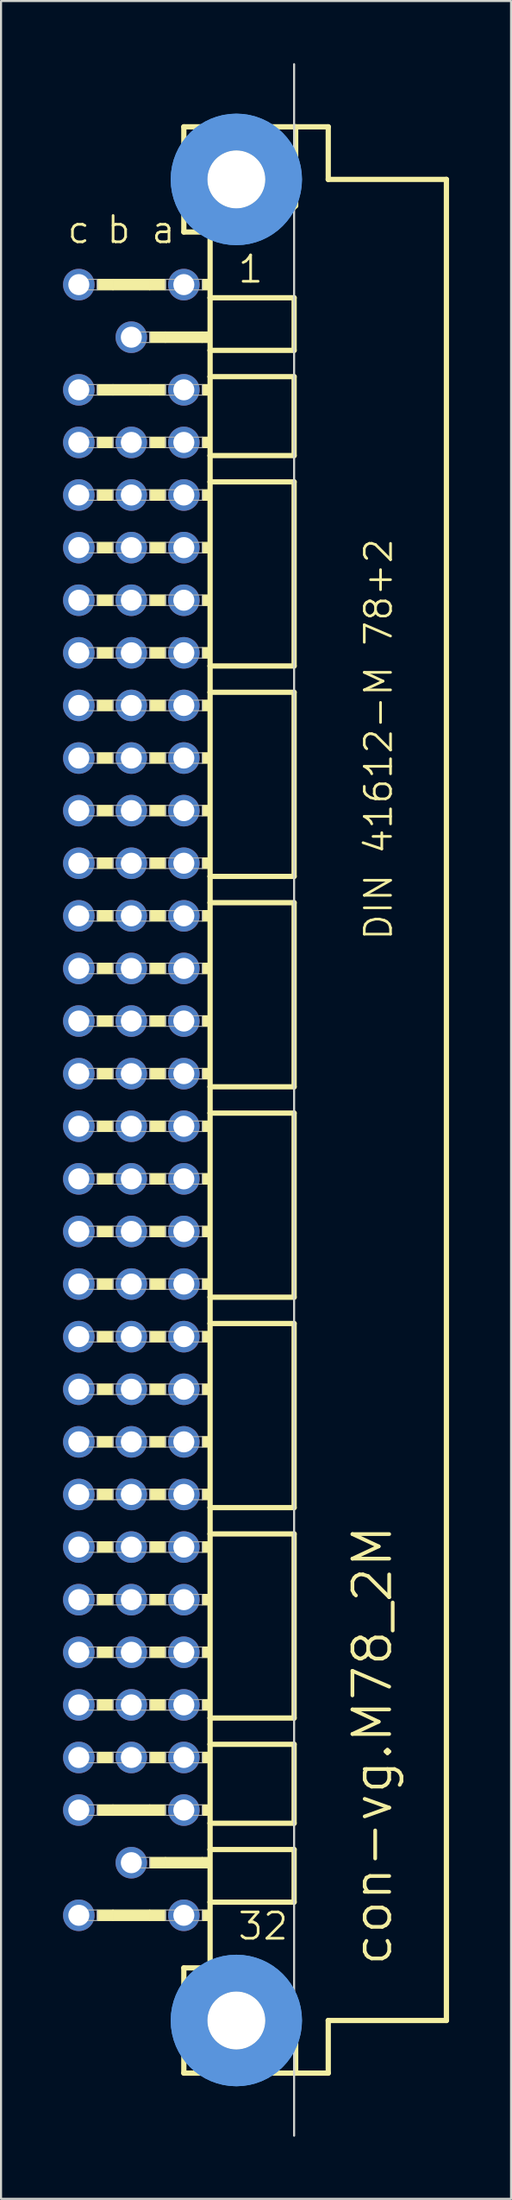
<source format=kicad_pcb>
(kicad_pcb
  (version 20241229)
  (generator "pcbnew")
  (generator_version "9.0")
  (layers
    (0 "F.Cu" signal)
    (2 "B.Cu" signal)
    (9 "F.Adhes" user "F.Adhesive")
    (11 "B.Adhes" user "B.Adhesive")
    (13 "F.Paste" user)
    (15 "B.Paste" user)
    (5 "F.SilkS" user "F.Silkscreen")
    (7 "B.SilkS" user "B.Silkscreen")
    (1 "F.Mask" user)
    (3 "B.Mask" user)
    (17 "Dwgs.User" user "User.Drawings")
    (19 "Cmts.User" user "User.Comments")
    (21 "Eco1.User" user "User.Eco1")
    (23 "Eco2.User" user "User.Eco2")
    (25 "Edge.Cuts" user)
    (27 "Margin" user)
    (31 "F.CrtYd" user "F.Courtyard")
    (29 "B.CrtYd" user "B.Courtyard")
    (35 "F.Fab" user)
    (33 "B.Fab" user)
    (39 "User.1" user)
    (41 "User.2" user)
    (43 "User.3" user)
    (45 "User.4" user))
  (footprint "con-vg.M78_2M"
    (layer "F.Cu")
    (at 8.382 50.063)
    (property "Reference" "con-vg.M78_2M" (at 7.62 41.91 90) (layer "F.SilkS") (effects (font (size 1.778 1.778) (thickness 0.18)) (justify left bottom)))
    (attr through_hole)
    (fp_line (start -2.54 -46.99) (end -2.54 -41.91) (stroke (width 0.254) (type default)) (layer "F.SilkS"))
    (fp_line (start -2.54 -41.91) (end -1.27 -41.91) (stroke (width 0.254) (type default)) (layer "F.SilkS"))
    (fp_line (start -2.54 41.91) (end -2.54 46.99) (stroke (width 0.254) (type default)) (layer "F.SilkS"))
    (fp_line (start -2.54 41.91) (end -1.27 41.91) (stroke (width 0.254) (type default)) (layer "F.SilkS"))
    (fp_line (start -2.54 46.99) (end 2.87 46.99) (stroke (width 0.254) (type default)) (layer "F.SilkS"))
    (fp_line (start -1.27 -41.91) (end -1.27 -38.735) (stroke (width 0.254) (type default)) (layer "F.SilkS"))
    (fp_line (start -1.27 -41.91) (end 1.6 -41.91) (stroke (width 0.254) (type default)) (layer "F.SilkS"))
    (fp_line (start -1.27 -38.735) (end -1.27 -36.195) (stroke (width 0.254) (type default)) (layer "F.SilkS"))
    (fp_line (start -1.27 -36.195) (end -1.27 -34.925) (stroke (width 0.254) (type default)) (layer "F.SilkS"))
    (fp_line (start -1.27 -34.925) (end -1.27 -31.115) (stroke (width 0.254) (type default)) (layer "F.SilkS"))
    (fp_line (start -1.27 -31.115) (end -1.27 -29.845) (stroke (width 0.254) (type default)) (layer "F.SilkS"))
    (fp_line (start -1.27 -29.845) (end -1.27 -20.955) (stroke (width 0.254) (type default)) (layer "F.SilkS"))
    (fp_line (start -1.27 -20.955) (end -1.27 -19.685) (stroke (width 0.254) (type default)) (layer "F.SilkS"))
    (fp_line (start -1.27 -19.685) (end -1.27 -10.795) (stroke (width 0.254) (type default)) (layer "F.SilkS"))
    (fp_line (start -1.27 -10.795) (end -1.27 -9.525) (stroke (width 0.254) (type default)) (layer "F.SilkS"))
    (fp_line (start -1.27 -9.525) (end -1.27 -0.635) (stroke (width 0.254) (type default)) (layer "F.SilkS"))
    (fp_line (start -1.27 -0.635) (end -1.27 0.635) (stroke (width 0.254) (type default)) (layer "F.SilkS"))
    (fp_line (start -1.27 0.635) (end -1.27 9.525) (stroke (width 0.254) (type default)) (layer "F.SilkS"))
    (fp_line (start -1.27 9.525) (end -1.27 10.795) (stroke (width 0.254) (type default)) (layer "F.SilkS"))
    (fp_line (start -1.27 10.795) (end -1.27 19.685) (stroke (width 0.254) (type default)) (layer "F.SilkS"))
    (fp_line (start -1.27 19.685) (end -1.27 20.955) (stroke (width 0.254) (type default)) (layer "F.SilkS"))
    (fp_line (start -1.27 20.955) (end -1.27 29.845) (stroke (width 0.254) (type default)) (layer "F.SilkS"))
    (fp_line (start -1.27 29.845) (end -1.27 31.115) (stroke (width 0.254) (type default)) (layer "F.SilkS"))
    (fp_line (start -1.27 31.115) (end -1.27 34.925) (stroke (width 0.254) (type default)) (layer "F.SilkS"))
    (fp_line (start -1.27 34.925) (end -1.27 36.195) (stroke (width 0.254) (type default)) (layer "F.SilkS"))
    (fp_line (start -1.27 36.195) (end -1.27 38.735) (stroke (width 0.254) (type default)) (layer "F.SilkS"))
    (fp_line (start -1.27 38.735) (end -1.27 41.91) (stroke (width 0.254) (type default)) (layer "F.SilkS"))
    (fp_line (start -1.27 41.91) (end 1.27 41.91) (stroke (width 0.254) (type default)) (layer "F.SilkS"))
    (fp_line (start 1.6 -41.91) (end 2.87 -43.18) (stroke (width 0.254) (type default)) (layer "F.SilkS"))
    (fp_line (start 2.794 -38.735) (end -1.27 -38.735) (stroke (width 0.254) (type default)) (layer "F.SilkS"))
    (fp_line (start 2.794 -38.735) (end 2.794 -36.195) (stroke (width 0.254) (type default)) (layer "F.SilkS"))
    (fp_line (start 2.794 -36.195) (end -1.27 -36.195) (stroke (width 0.254) (type default)) (layer "F.SilkS"))
    (fp_line (start 2.794 -34.925) (end -1.27 -34.925) (stroke (width 0.254) (type default)) (layer "F.SilkS"))
    (fp_line (start 2.794 -34.925) (end 2.794 -31.115) (stroke (width 0.254) (type default)) (layer "F.SilkS"))
    (fp_line (start 2.794 -31.115) (end -1.27 -31.115) (stroke (width 0.254) (type default)) (layer "F.SilkS"))
    (fp_line (start 2.794 -29.845) (end -1.27 -29.845) (stroke (width 0.254) (type default)) (layer "F.SilkS"))
    (fp_line (start 2.794 -29.845) (end 2.794 -20.955) (stroke (width 0.254) (type default)) (layer "F.SilkS"))
    (fp_line (start 2.794 -20.955) (end -1.27 -20.955) (stroke (width 0.254) (type default)) (layer "F.SilkS"))
    (fp_line (start 2.794 -19.685) (end -1.27 -19.685) (stroke (width 0.254) (type default)) (layer "F.SilkS"))
    (fp_line (start 2.794 -19.685) (end 2.794 -10.795) (stroke (width 0.254) (type default)) (layer "F.SilkS"))
    (fp_line (start 2.794 -10.795) (end -1.27 -10.795) (stroke (width 0.254) (type default)) (layer "F.SilkS"))
    (fp_line (start 2.794 -9.525) (end -1.27 -9.525) (stroke (width 0.254) (type default)) (layer "F.SilkS"))
    (fp_line (start 2.794 -9.525) (end 2.794 -0.635) (stroke (width 0.254) (type default)) (layer "F.SilkS"))
    (fp_line (start 2.794 -0.635) (end -1.27 -0.635) (stroke (width 0.254) (type default)) (layer "F.SilkS"))
    (fp_line (start 2.794 0.635) (end -1.27 0.635) (stroke (width 0.254) (type default)) (layer "F.SilkS"))
    (fp_line (start 2.794 0.635) (end 2.794 9.525) (stroke (width 0.254) (type default)) (layer "F.SilkS"))
    (fp_line (start 2.794 9.525) (end -1.27 9.525) (stroke (width 0.254) (type default)) (layer "F.SilkS"))
    (fp_line (start 2.794 10.795) (end -1.27 10.795) (stroke (width 0.254) (type default)) (layer "F.SilkS"))
    (fp_line (start 2.794 10.795) (end 2.794 19.685) (stroke (width 0.254) (type default)) (layer "F.SilkS"))
    (fp_line (start 2.794 19.685) (end -1.27 19.685) (stroke (width 0.254) (type default)) (layer "F.SilkS"))
    (fp_line (start 2.794 20.955) (end -1.27 20.955) (stroke (width 0.254) (type default)) (layer "F.SilkS"))
    (fp_line (start 2.794 20.955) (end 2.794 29.845) (stroke (width 0.254) (type default)) (layer "F.SilkS"))
    (fp_line (start 2.794 29.845) (end -1.27 29.845) (stroke (width 0.254) (type default)) (layer "F.SilkS"))
    (fp_line (start 2.794 31.115) (end -1.27 31.115) (stroke (width 0.254) (type default)) (layer "F.SilkS"))
    (fp_line (start 2.794 31.115) (end 2.794 34.925) (stroke (width 0.254) (type default)) (layer "F.SilkS"))
    (fp_line (start 2.794 34.925) (end -1.27 34.925) (stroke (width 0.254) (type default)) (layer "F.SilkS"))
    (fp_line (start 2.794 36.195) (end -1.27 36.195) (stroke (width 0.254) (type default)) (layer "F.SilkS"))
    (fp_line (start 2.794 36.195) (end 2.794 38.735) (stroke (width 0.254) (type default)) (layer "F.SilkS"))
    (fp_line (start 2.794 38.735) (end -1.27 38.735) (stroke (width 0.254) (type default)) (layer "F.SilkS"))
    (fp_line (start 2.87 -46.99) (end -2.54 -46.99) (stroke (width 0.254) (type default)) (layer "F.SilkS"))
    (fp_line (start 2.87 -43.18) (end 2.87 -46.99) (stroke (width 0.254) (type default)) (layer "F.SilkS"))
    (fp_line (start 2.87 43.51) (end 1.27 41.91) (stroke (width 0.254) (type default)) (layer "F.SilkS"))
    (fp_line (start 2.87 43.51) (end 2.87 46.99) (stroke (width 0.254) (type default)) (layer "F.SilkS"))
    (fp_line (start 2.87 46.99) (end 4.445 46.99) (stroke (width 0.254) (type default)) (layer "F.SilkS"))
    (fp_line (start 4.445 -46.99) (end 2.87 -46.99) (stroke (width 0.254) (type default)) (layer "F.SilkS"))
    (fp_line (start 4.445 -44.45) (end 4.445 -46.99) (stroke (width 0.254) (type default)) (layer "F.SilkS"))
    (fp_line (start 4.445 44.45) (end 10.16 44.45) (stroke (width 0.254) (type default)) (layer "F.SilkS"))
    (fp_line (start 4.445 46.99) (end 4.445 44.45) (stroke (width 0.254) (type default)) (layer "F.SilkS"))
    (fp_line (start 10.16 -44.45) (end 4.445 -44.45) (stroke (width 0.254) (type default)) (layer "F.SilkS"))
    (fp_line (start 10.16 44.45) (end 10.16 -44.45) (stroke (width 0.254) (type default)) (layer "F.SilkS"))
    (fp_rect (start -6.731 -39.116) (end -5.969 -39.624) (stroke (width 0.05) (type default)) (fill yes) (layer "F.SilkS"))
    (fp_rect (start -6.731 -34.036) (end -5.969 -34.544) (stroke (width 0.05) (type default)) (fill yes) (layer "F.SilkS"))
    (fp_rect (start -6.731 -31.496) (end -5.969 -32.004) (stroke (width 0.05) (type default)) (fill yes) (layer "F.SilkS"))
    (fp_rect (start -6.731 -28.956) (end -5.969 -29.464) (stroke (width 0.05) (type default)) (fill yes) (layer "F.SilkS"))
    (fp_rect (start -6.731 -26.416) (end -5.969 -26.924) (stroke (width 0.05) (type default)) (fill yes) (layer "F.SilkS"))
    (fp_rect (start -6.731 -23.876) (end -5.969 -24.384) (stroke (width 0.05) (type default)) (fill yes) (layer "F.SilkS"))
    (fp_rect (start -6.731 -21.336) (end -5.969 -21.844) (stroke (width 0.05) (type default)) (fill yes) (layer "F.SilkS"))
    (fp_rect (start -6.731 -18.796) (end -5.969 -19.304) (stroke (width 0.05) (type default)) (fill yes) (layer "F.SilkS"))
    (fp_rect (start -6.731 -16.256) (end -5.969 -16.764) (stroke (width 0.05) (type default)) (fill yes) (layer "F.SilkS"))
    (fp_rect (start -6.731 -13.716) (end -5.969 -14.224) (stroke (width 0.05) (type default)) (fill yes) (layer "F.SilkS"))
    (fp_rect (start -6.731 -11.176) (end -5.969 -11.684) (stroke (width 0.05) (type default)) (fill yes) (layer "F.SilkS"))
    (fp_rect (start -6.731 -8.636) (end -5.969 -9.144) (stroke (width 0.05) (type default)) (fill yes) (layer "F.SilkS"))
    (fp_rect (start -6.731 -6.096) (end -5.969 -6.604) (stroke (width 0.05) (type default)) (fill yes) (layer "F.SilkS"))
    (fp_rect (start -6.731 -3.556) (end -5.969 -4.064) (stroke (width 0.05) (type default)) (fill yes) (layer "F.SilkS"))
    (fp_rect (start -6.731 -1.016) (end -5.969 -1.524) (stroke (width 0.05) (type default)) (fill yes) (layer "F.SilkS"))
    (fp_rect (start -6.731 1.524) (end -5.969 1.016) (stroke (width 0.05) (type default)) (fill yes) (layer "F.SilkS"))
    (fp_rect (start -6.731 4.064) (end -5.969 3.556) (stroke (width 0.05) (type default)) (fill yes) (layer "F.SilkS"))
    (fp_rect (start -6.731 6.604) (end -5.969 6.096) (stroke (width 0.05) (type default)) (fill yes) (layer "F.SilkS"))
    (fp_rect (start -6.731 9.144) (end -5.969 8.636) (stroke (width 0.05) (type default)) (fill yes) (layer "F.SilkS"))
    (fp_rect (start -6.731 11.684) (end -5.969 11.176) (stroke (width 0.05) (type default)) (fill yes) (layer "F.SilkS"))
    (fp_rect (start -6.731 14.224) (end -5.969 13.716) (stroke (width 0.05) (type default)) (fill yes) (layer "F.SilkS"))
    (fp_rect (start -6.731 16.764) (end -5.969 16.256) (stroke (width 0.05) (type default)) (fill yes) (layer "F.SilkS"))
    (fp_rect (start -6.731 19.304) (end -5.969 18.796) (stroke (width 0.05) (type default)) (fill yes) (layer "F.SilkS"))
    (fp_rect (start -6.731 21.844) (end -5.969 21.336) (stroke (width 0.05) (type default)) (fill yes) (layer "F.SilkS"))
    (fp_rect (start -6.731 24.384) (end -5.969 23.876) (stroke (width 0.05) (type default)) (fill yes) (layer "F.SilkS"))
    (fp_rect (start -6.731 26.924) (end -5.969 26.416) (stroke (width 0.05) (type default)) (fill yes) (layer "F.SilkS"))
    (fp_rect (start -6.731 29.464) (end -5.969 28.956) (stroke (width 0.05) (type default)) (fill yes) (layer "F.SilkS"))
    (fp_rect (start -6.731 32.004) (end -5.969 31.496) (stroke (width 0.05) (type default)) (fill yes) (layer "F.SilkS"))
    (fp_rect (start -6.731 34.544) (end -5.969 34.036) (stroke (width 0.05) (type default)) (fill yes) (layer "F.SilkS"))
    (fp_rect (start -6.731 39.624) (end -5.969 39.116) (stroke (width 0.05) (type default)) (fill yes) (layer "F.SilkS"))
    (fp_rect (start -5.969 -39.116) (end -4.191 -39.624) (stroke (width 0.05) (type default)) (fill yes) (layer "F.SilkS"))
    (fp_rect (start -5.969 -34.036) (end -4.191 -34.544) (stroke (width 0.05) (type default)) (fill yes) (layer "F.SilkS"))
    (fp_rect (start -5.969 34.544) (end -4.191 34.036) (stroke (width 0.05) (type default)) (fill yes) (layer "F.SilkS"))
    (fp_rect (start -5.969 39.624) (end -4.191 39.116) (stroke (width 0.05) (type default)) (fill yes) (layer "F.SilkS"))
    (fp_rect (start -4.191 -39.116) (end -3.429 -39.624) (stroke (width 0.05) (type default)) (fill yes) (layer "F.SilkS"))
    (fp_rect (start -4.191 -36.576) (end -3.429 -37.084) (stroke (width 0.05) (type default)) (fill yes) (layer "F.SilkS"))
    (fp_rect (start -4.191 -34.036) (end -3.429 -34.544) (stroke (width 0.05) (type default)) (fill yes) (layer "F.SilkS"))
    (fp_rect (start -4.191 -31.496) (end -3.429 -32.004) (stroke (width 0.05) (type default)) (fill yes) (layer "F.SilkS"))
    (fp_rect (start -4.191 -28.956) (end -3.429 -29.464) (stroke (width 0.05) (type default)) (fill yes) (layer "F.SilkS"))
    (fp_rect (start -4.191 -26.416) (end -3.429 -26.924) (stroke (width 0.05) (type default)) (fill yes) (layer "F.SilkS"))
    (fp_rect (start -4.191 -23.876) (end -3.429 -24.384) (stroke (width 0.05) (type default)) (fill yes) (layer "F.SilkS"))
    (fp_rect (start -4.191 -21.336) (end -3.429 -21.844) (stroke (width 0.05) (type default)) (fill yes) (layer "F.SilkS"))
    (fp_rect (start -4.191 -18.796) (end -3.429 -19.304) (stroke (width 0.05) (type default)) (fill yes) (layer "F.SilkS"))
    (fp_rect (start -4.191 -16.256) (end -3.429 -16.764) (stroke (width 0.05) (type default)) (fill yes) (layer "F.SilkS"))
    (fp_rect (start -4.191 -13.716) (end -3.429 -14.224) (stroke (width 0.05) (type default)) (fill yes) (layer "F.SilkS"))
    (fp_rect (start -4.191 -11.176) (end -3.429 -11.684) (stroke (width 0.05) (type default)) (fill yes) (layer "F.SilkS"))
    (fp_rect (start -4.191 -8.636) (end -3.429 -9.144) (stroke (width 0.05) (type default)) (fill yes) (layer "F.SilkS"))
    (fp_rect (start -4.191 -6.096) (end -3.429 -6.604) (stroke (width 0.05) (type default)) (fill yes) (layer "F.SilkS"))
    (fp_rect (start -4.191 -3.556) (end -3.429 -4.064) (stroke (width 0.05) (type default)) (fill yes) (layer "F.SilkS"))
    (fp_rect (start -4.191 -1.016) (end -3.429 -1.524) (stroke (width 0.05) (type default)) (fill yes) (layer "F.SilkS"))
    (fp_rect (start -4.191 1.524) (end -3.429 1.016) (stroke (width 0.05) (type default)) (fill yes) (layer "F.SilkS"))
    (fp_rect (start -4.191 4.064) (end -3.429 3.556) (stroke (width 0.05) (type default)) (fill yes) (layer "F.SilkS"))
    (fp_rect (start -4.191 6.604) (end -3.429 6.096) (stroke (width 0.05) (type default)) (fill yes) (layer "F.SilkS"))
    (fp_rect (start -4.191 9.144) (end -3.429 8.636) (stroke (width 0.05) (type default)) (fill yes) (layer "F.SilkS"))
    (fp_rect (start -4.191 11.684) (end -3.429 11.176) (stroke (width 0.05) (type default)) (fill yes) (layer "F.SilkS"))
    (fp_rect (start -4.191 14.224) (end -3.429 13.716) (stroke (width 0.05) (type default)) (fill yes) (layer "F.SilkS"))
    (fp_rect (start -4.191 16.764) (end -3.429 16.256) (stroke (width 0.05) (type default)) (fill yes) (layer "F.SilkS"))
    (fp_rect (start -4.191 19.304) (end -3.429 18.796) (stroke (width 0.05) (type default)) (fill yes) (layer "F.SilkS"))
    (fp_rect (start -4.191 21.844) (end -3.429 21.336) (stroke (width 0.05) (type default)) (fill yes) (layer "F.SilkS"))
    (fp_rect (start -4.191 24.384) (end -3.429 23.876) (stroke (width 0.05) (type default)) (fill yes) (layer "F.SilkS"))
    (fp_rect (start -4.191 26.924) (end -3.429 26.416) (stroke (width 0.05) (type default)) (fill yes) (layer "F.SilkS"))
    (fp_rect (start -4.191 29.464) (end -3.429 28.956) (stroke (width 0.05) (type default)) (fill yes) (layer "F.SilkS"))
    (fp_rect (start -4.191 32.004) (end -3.429 31.496) (stroke (width 0.05) (type default)) (fill yes) (layer "F.SilkS"))
    (fp_rect (start -4.191 34.544) (end -3.429 34.036) (stroke (width 0.05) (type default)) (fill yes) (layer "F.SilkS"))
    (fp_rect (start -4.191 37.084) (end -3.429 36.576) (stroke (width 0.05) (type default)) (fill yes) (layer "F.SilkS"))
    (fp_rect (start -4.191 39.624) (end -3.429 39.116) (stroke (width 0.05) (type default)) (fill yes) (layer "F.SilkS"))
    (fp_rect (start -3.429 -36.576) (end -1.651 -37.084) (stroke (width 0.05) (type default)) (fill yes) (layer "F.SilkS"))
    (fp_rect (start -3.429 37.084) (end -1.651 36.576) (stroke (width 0.05) (type default)) (fill yes) (layer "F.SilkS"))
    (fp_rect (start -1.651 -39.116) (end -1.27 -39.624) (stroke (width 0.05) (type default)) (fill yes) (layer "F.SilkS"))
    (fp_rect (start -1.651 -36.576) (end -1.27 -37.084) (stroke (width 0.05) (type default)) (fill yes) (layer "F.SilkS"))
    (fp_rect (start -1.651 -34.036) (end -1.27 -34.544) (stroke (width 0.05) (type default)) (fill yes) (layer "F.SilkS"))
    (fp_rect (start -1.651 -31.496) (end -1.27 -32.004) (stroke (width 0.05) (type default)) (fill yes) (layer "F.SilkS"))
    (fp_rect (start -1.651 -28.956) (end -1.27 -29.464) (stroke (width 0.05) (type default)) (fill yes) (layer "F.SilkS"))
    (fp_rect (start -1.651 -26.416) (end -1.27 -26.924) (stroke (width 0.05) (type default)) (fill yes) (layer "F.SilkS"))
    (fp_rect (start -1.651 -23.876) (end -1.27 -24.384) (stroke (width 0.05) (type default)) (fill yes) (layer "F.SilkS"))
    (fp_rect (start -1.651 -21.336) (end -1.27 -21.844) (stroke (width 0.05) (type default)) (fill yes) (layer "F.SilkS"))
    (fp_rect (start -1.651 -18.796) (end -1.27 -19.304) (stroke (width 0.05) (type default)) (fill yes) (layer "F.SilkS"))
    (fp_rect (start -1.651 -16.256) (end -1.27 -16.764) (stroke (width 0.05) (type default)) (fill yes) (layer "F.SilkS"))
    (fp_rect (start -1.651 -13.716) (end -1.27 -14.224) (stroke (width 0.05) (type default)) (fill yes) (layer "F.SilkS"))
    (fp_rect (start -1.651 -11.176) (end -1.27 -11.684) (stroke (width 0.05) (type default)) (fill yes) (layer "F.SilkS"))
    (fp_rect (start -1.651 -8.636) (end -1.27 -9.144) (stroke (width 0.05) (type default)) (fill yes) (layer "F.SilkS"))
    (fp_rect (start -1.651 -6.096) (end -1.27 -6.604) (stroke (width 0.05) (type default)) (fill yes) (layer "F.SilkS"))
    (fp_rect (start -1.651 -3.556) (end -1.27 -4.064) (stroke (width 0.05) (type default)) (fill yes) (layer "F.SilkS"))
    (fp_rect (start -1.651 -1.016) (end -1.27 -1.524) (stroke (width 0.05) (type default)) (fill yes) (layer "F.SilkS"))
    (fp_rect (start -1.651 1.524) (end -1.27 1.016) (stroke (width 0.05) (type default)) (fill yes) (layer "F.SilkS"))
    (fp_rect (start -1.651 4.064) (end -1.27 3.556) (stroke (width 0.05) (type default)) (fill yes) (layer "F.SilkS"))
    (fp_rect (start -1.651 6.604) (end -1.27 6.096) (stroke (width 0.05) (type default)) (fill yes) (layer "F.SilkS"))
    (fp_rect (start -1.651 9.144) (end -1.27 8.636) (stroke (width 0.05) (type default)) (fill yes) (layer "F.SilkS"))
    (fp_rect (start -1.651 11.684) (end -1.27 11.176) (stroke (width 0.05) (type default)) (fill yes) (layer "F.SilkS"))
    (fp_rect (start -1.651 14.224) (end -1.27 13.716) (stroke (width 0.05) (type default)) (fill yes) (layer "F.SilkS"))
    (fp_rect (start -1.651 16.764) (end -1.27 16.256) (stroke (width 0.05) (type default)) (fill yes) (layer "F.SilkS"))
    (fp_rect (start -1.651 19.304) (end -1.27 18.796) (stroke (width 0.05) (type default)) (fill yes) (layer "F.SilkS"))
    (fp_rect (start -1.651 21.844) (end -1.27 21.336) (stroke (width 0.05) (type default)) (fill yes) (layer "F.SilkS"))
    (fp_rect (start -1.651 24.384) (end -1.27 23.876) (stroke (width 0.05) (type default)) (fill yes) (layer "F.SilkS"))
    (fp_rect (start -1.651 26.924) (end -1.27 26.416) (stroke (width 0.05) (type default)) (fill yes) (layer "F.SilkS"))
    (fp_rect (start -1.651 29.464) (end -1.27 28.956) (stroke (width 0.05) (type default)) (fill yes) (layer "F.SilkS"))
    (fp_rect (start -1.651 32.004) (end -1.27 31.496) (stroke (width 0.05) (type default)) (fill yes) (layer "F.SilkS"))
    (fp_rect (start -1.651 34.544) (end -1.27 34.036) (stroke (width 0.05) (type default)) (fill yes) (layer "F.SilkS"))
    (fp_rect (start -1.651 37.084) (end -1.27 36.576) (stroke (width 0.05) (type default)) (fill yes) (layer "F.SilkS"))
    (fp_rect (start -1.651 39.624) (end -1.27 39.116) (stroke (width 0.05) (type default)) (fill yes) (layer "F.SilkS"))
    (fp_circle (center 0 -44.45) (end 1.27 -44.45) (stroke (width 0.254) (type default)) (fill no) (layer "F.SilkS"))
    (fp_circle (center 0 44.45) (end 1.27 44.45) (stroke (width 0.254) (type default)) (fill no) (layer "F.SilkS"))
    (fp_circle (center 0 -44.45) (end 2.286 -44.45) (stroke (width 1.778) (type default)) (fill no) (layer "Cmts.User"))
    (fp_circle (center 0 -44.45) (end 2.286 -44.45) (stroke (width 1.778) (type default)) (fill no) (layer "Cmts.User"))
    (fp_circle (center 0 44.45) (end 2.286 44.45) (stroke (width 1.778) (type default)) (fill no) (layer "Cmts.User"))
    (fp_circle (center 0 44.45) (end 2.286 44.45) (stroke (width 1.778) (type default)) (fill no) (layer "Cmts.User"))
    (fp_line (start 2.794 50.013) (end 2.794 -50.013) (stroke (width 0.1) (type default)) (layer "Edge.Cuts"))
    (fp_rect (start -7.874 -39.116) (end -6.731 -39.624) (stroke (width 0.05) (type default)) (fill no) (layer "F.Fab"))
    (fp_rect (start -7.874 -34.036) (end -6.731 -34.544) (stroke (width 0.05) (type default)) (fill no) (layer "F.Fab"))
    (fp_rect (start -7.874 -31.496) (end -6.731 -32.004) (stroke (width 0.05) (type default)) (fill no) (layer "F.Fab"))
    (fp_rect (start -7.874 -28.956) (end -6.731 -29.464) (stroke (width 0.05) (type default)) (fill no) (layer "F.Fab"))
    (fp_rect (start -7.874 -26.416) (end -6.731 -26.924) (stroke (width 0.05) (type default)) (fill no) (layer "F.Fab"))
    (fp_rect (start -7.874 -23.876) (end -6.731 -24.384) (stroke (width 0.05) (type default)) (fill no) (layer "F.Fab"))
    (fp_rect (start -7.874 -21.336) (end -6.731 -21.844) (stroke (width 0.05) (type default)) (fill no) (layer "F.Fab"))
    (fp_rect (start -7.874 -18.796) (end -6.731 -19.304) (stroke (width 0.05) (type default)) (fill no) (layer "F.Fab"))
    (fp_rect (start -7.874 -16.256) (end -6.731 -16.764) (stroke (width 0.05) (type default)) (fill no) (layer "F.Fab"))
    (fp_rect (start -7.874 -13.716) (end -6.731 -14.224) (stroke (width 0.05) (type default)) (fill no) (layer "F.Fab"))
    (fp_rect (start -7.874 -11.176) (end -6.731 -11.684) (stroke (width 0.05) (type default)) (fill no) (layer "F.Fab"))
    (fp_rect (start -7.874 -8.636) (end -6.731 -9.144) (stroke (width 0.05) (type default)) (fill no) (layer "F.Fab"))
    (fp_rect (start -7.874 -6.096) (end -6.731 -6.604) (stroke (width 0.05) (type default)) (fill no) (layer "F.Fab"))
    (fp_rect (start -7.874 -3.556) (end -6.731 -4.064) (stroke (width 0.05) (type default)) (fill no) (layer "F.Fab"))
    (fp_rect (start -7.874 -1.016) (end -6.731 -1.524) (stroke (width 0.05) (type default)) (fill no) (layer "F.Fab"))
    (fp_rect (start -7.874 1.524) (end -6.731 1.016) (stroke (width 0.05) (type default)) (fill no) (layer "F.Fab"))
    (fp_rect (start -7.874 4.064) (end -6.731 3.556) (stroke (width 0.05) (type default)) (fill no) (layer "F.Fab"))
    (fp_rect (start -7.874 6.604) (end -6.731 6.096) (stroke (width 0.05) (type default)) (fill no) (layer "F.Fab"))
    (fp_rect (start -7.874 9.144) (end -6.731 8.636) (stroke (width 0.05) (type default)) (fill no) (layer "F.Fab"))
    (fp_rect (start -7.874 11.684) (end -6.731 11.176) (stroke (width 0.05) (type default)) (fill no) (layer "F.Fab"))
    (fp_rect (start -7.874 14.224) (end -6.731 13.716) (stroke (width 0.05) (type default)) (fill no) (layer "F.Fab"))
    (fp_rect (start -7.874 16.764) (end -6.731 16.256) (stroke (width 0.05) (type default)) (fill no) (layer "F.Fab"))
    (fp_rect (start -7.874 19.304) (end -6.731 18.796) (stroke (width 0.05) (type default)) (fill no) (layer "F.Fab"))
    (fp_rect (start -7.874 21.844) (end -6.731 21.336) (stroke (width 0.05) (type default)) (fill no) (layer "F.Fab"))
    (fp_rect (start -7.874 24.384) (end -6.731 23.876) (stroke (width 0.05) (type default)) (fill no) (layer "F.Fab"))
    (fp_rect (start -7.874 26.924) (end -6.731 26.416) (stroke (width 0.05) (type default)) (fill no) (layer "F.Fab"))
    (fp_rect (start -7.874 29.464) (end -6.731 28.956) (stroke (width 0.05) (type default)) (fill no) (layer "F.Fab"))
    (fp_rect (start -7.874 32.004) (end -6.731 31.496) (stroke (width 0.05) (type default)) (fill no) (layer "F.Fab"))
    (fp_rect (start -7.874 34.544) (end -6.731 34.036) (stroke (width 0.05) (type default)) (fill no) (layer "F.Fab"))
    (fp_rect (start -7.874 39.624) (end -6.731 39.116) (stroke (width 0.05) (type default)) (fill no) (layer "F.Fab"))
    (fp_rect (start -5.969 -31.496) (end -4.191 -32.004) (stroke (width 0.05) (type default)) (fill no) (layer "F.Fab"))
    (fp_rect (start -5.969 -28.956) (end -4.191 -29.464) (stroke (width 0.05) (type default)) (fill no) (layer "F.Fab"))
    (fp_rect (start -5.969 -26.416) (end -4.191 -26.924) (stroke (width 0.05) (type default)) (fill no) (layer "F.Fab"))
    (fp_rect (start -5.969 -23.876) (end -4.191 -24.384) (stroke (width 0.05) (type default)) (fill no) (layer "F.Fab"))
    (fp_rect (start -5.969 -21.336) (end -4.191 -21.844) (stroke (width 0.05) (type default)) (fill no) (layer "F.Fab"))
    (fp_rect (start -5.969 -18.796) (end -4.191 -19.304) (stroke (width 0.05) (type default)) (fill no) (layer "F.Fab"))
    (fp_rect (start -5.969 -16.256) (end -4.191 -16.764) (stroke (width 0.05) (type default)) (fill no) (layer "F.Fab"))
    (fp_rect (start -5.969 -13.716) (end -4.191 -14.224) (stroke (width 0.05) (type default)) (fill no) (layer "F.Fab"))
    (fp_rect (start -5.969 -11.176) (end -4.191 -11.684) (stroke (width 0.05) (type default)) (fill no) (layer "F.Fab"))
    (fp_rect (start -5.969 -8.636) (end -4.191 -9.144) (stroke (width 0.05) (type default)) (fill no) (layer "F.Fab"))
    (fp_rect (start -5.969 -6.096) (end -4.191 -6.604) (stroke (width 0.05) (type default)) (fill no) (layer "F.Fab"))
    (fp_rect (start -5.969 -3.556) (end -4.191 -4.064) (stroke (width 0.05) (type default)) (fill no) (layer "F.Fab"))
    (fp_rect (start -5.969 -1.016) (end -4.191 -1.524) (stroke (width 0.05) (type default)) (fill no) (layer "F.Fab"))
    (fp_rect (start -5.969 1.524) (end -4.191 1.016) (stroke (width 0.05) (type default)) (fill no) (layer "F.Fab"))
    (fp_rect (start -5.969 4.064) (end -4.191 3.556) (stroke (width 0.05) (type default)) (fill no) (layer "F.Fab"))
    (fp_rect (start -5.969 6.604) (end -4.191 6.096) (stroke (width 0.05) (type default)) (fill no) (layer "F.Fab"))
    (fp_rect (start -5.969 9.144) (end -4.191 8.636) (stroke (width 0.05) (type default)) (fill no) (layer "F.Fab"))
    (fp_rect (start -5.969 11.684) (end -4.191 11.176) (stroke (width 0.05) (type default)) (fill no) (layer "F.Fab"))
    (fp_rect (start -5.969 14.224) (end -4.191 13.716) (stroke (width 0.05) (type default)) (fill no) (layer "F.Fab"))
    (fp_rect (start -5.969 16.764) (end -4.191 16.256) (stroke (width 0.05) (type default)) (fill no) (layer "F.Fab"))
    (fp_rect (start -5.969 19.304) (end -4.191 18.796) (stroke (width 0.05) (type default)) (fill no) (layer "F.Fab"))
    (fp_rect (start -5.969 21.844) (end -4.191 21.336) (stroke (width 0.05) (type default)) (fill no) (layer "F.Fab"))
    (fp_rect (start -5.969 24.384) (end -4.191 23.876) (stroke (width 0.05) (type default)) (fill no) (layer "F.Fab"))
    (fp_rect (start -5.969 26.924) (end -4.191 26.416) (stroke (width 0.05) (type default)) (fill no) (layer "F.Fab"))
    (fp_rect (start -5.969 29.464) (end -4.191 28.956) (stroke (width 0.05) (type default)) (fill no) (layer "F.Fab"))
    (fp_rect (start -5.969 32.004) (end -4.191 31.496) (stroke (width 0.05) (type default)) (fill no) (layer "F.Fab"))
    (fp_rect (start -5.334 -36.576) (end -4.191 -37.084) (stroke (width 0.05) (type default)) (fill no) (layer "F.Fab"))
    (fp_rect (start -5.334 37.084) (end -4.191 36.576) (stroke (width 0.05) (type default)) (fill no) (layer "F.Fab"))
    (fp_rect (start -3.429 -39.116) (end -1.651 -39.624) (stroke (width 0.05) (type default)) (fill no) (layer "F.Fab"))
    (fp_rect (start -3.429 -34.036) (end -1.651 -34.544) (stroke (width 0.05) (type default)) (fill no) (layer "F.Fab"))
    (fp_rect (start -3.429 -31.496) (end -1.651 -32.004) (stroke (width 0.05) (type default)) (fill no) (layer "F.Fab"))
    (fp_rect (start -3.429 -28.956) (end -1.651 -29.464) (stroke (width 0.05) (type default)) (fill no) (layer "F.Fab"))
    (fp_rect (start -3.429 -26.416) (end -1.651 -26.924) (stroke (width 0.05) (type default)) (fill no) (layer "F.Fab"))
    (fp_rect (start -3.429 -23.876) (end -1.651 -24.384) (stroke (width 0.05) (type default)) (fill no) (layer "F.Fab"))
    (fp_rect (start -3.429 -21.336) (end -1.651 -21.844) (stroke (width 0.05) (type default)) (fill no) (layer "F.Fab"))
    (fp_rect (start -3.429 -18.796) (end -1.651 -19.304) (stroke (width 0.05) (type default)) (fill no) (layer "F.Fab"))
    (fp_rect (start -3.429 -16.256) (end -1.651 -16.764) (stroke (width 0.05) (type default)) (fill no) (layer "F.Fab"))
    (fp_rect (start -3.429 -13.716) (end -1.651 -14.224) (stroke (width 0.05) (type default)) (fill no) (layer "F.Fab"))
    (fp_rect (start -3.429 -11.176) (end -1.651 -11.684) (stroke (width 0.05) (type default)) (fill no) (layer "F.Fab"))
    (fp_rect (start -3.429 -8.636) (end -1.651 -9.144) (stroke (width 0.05) (type default)) (fill no) (layer "F.Fab"))
    (fp_rect (start -3.429 -6.096) (end -1.651 -6.604) (stroke (width 0.05) (type default)) (fill no) (layer "F.Fab"))
    (fp_rect (start -3.429 -3.556) (end -1.651 -4.064) (stroke (width 0.05) (type default)) (fill no) (layer "F.Fab"))
    (fp_rect (start -3.429 -1.016) (end -1.651 -1.524) (stroke (width 0.05) (type default)) (fill no) (layer "F.Fab"))
    (fp_rect (start -3.429 1.524) (end -1.651 1.016) (stroke (width 0.05) (type default)) (fill no) (layer "F.Fab"))
    (fp_rect (start -3.429 4.064) (end -1.651 3.556) (stroke (width 0.05) (type default)) (fill no) (layer "F.Fab"))
    (fp_rect (start -3.429 6.604) (end -1.651 6.096) (stroke (width 0.05) (type default)) (fill no) (layer "F.Fab"))
    (fp_rect (start -3.429 9.144) (end -1.651 8.636) (stroke (width 0.05) (type default)) (fill no) (layer "F.Fab"))
    (fp_rect (start -3.429 11.684) (end -1.651 11.176) (stroke (width 0.05) (type default)) (fill no) (layer "F.Fab"))
    (fp_rect (start -3.429 14.224) (end -1.651 13.716) (stroke (width 0.05) (type default)) (fill no) (layer "F.Fab"))
    (fp_rect (start -3.429 16.764) (end -1.651 16.256) (stroke (width 0.05) (type default)) (fill no) (layer "F.Fab"))
    (fp_rect (start -3.429 19.304) (end -1.651 18.796) (stroke (width 0.05) (type default)) (fill no) (layer "F.Fab"))
    (fp_rect (start -3.429 21.844) (end -1.651 21.336) (stroke (width 0.05) (type default)) (fill no) (layer "F.Fab"))
    (fp_rect (start -3.429 24.384) (end -1.651 23.876) (stroke (width 0.05) (type default)) (fill no) (layer "F.Fab"))
    (fp_rect (start -3.429 26.924) (end -1.651 26.416) (stroke (width 0.05) (type default)) (fill no) (layer "F.Fab"))
    (fp_rect (start -3.429 29.464) (end -1.651 28.956) (stroke (width 0.05) (type default)) (fill no) (layer "F.Fab"))
    (fp_rect (start -3.429 32.004) (end -1.651 31.496) (stroke (width 0.05) (type default)) (fill no) (layer "F.Fab"))
    (fp_rect (start -3.429 34.544) (end -1.651 34.036) (stroke (width 0.05) (type default)) (fill no) (layer "F.Fab"))
    (fp_rect (start -3.429 39.624) (end -1.651 39.116) (stroke (width 0.05) (type default)) (fill no) (layer "F.Fab"))
    (fp_text user "c" (at -8.255 -41.275 0) (layer "F.SilkS") (effects (font (size 1.27 1.27) (thickness 0.13)) (justify left bottom)))
    (fp_text user "DIN 41612-M 78+2" (at 7.62 -7.62 90) (layer "F.SilkS") (effects (font (size 1.27 1.27) (thickness 0.13)) (justify left bottom)))
    (fp_text user "32" (at 0 40.64 0) (layer "F.SilkS") (effects (font (size 1.27 1.27) (thickness 0.13)) (justify left bottom)))
    (fp_text user "1" (at 0 -39.37 0) (layer "F.SilkS") (effects (font (size 1.27 1.27) (thickness 0.13)) (justify left bottom)))
    (fp_text user "a" (at -4.191 -41.275 0) (layer "F.SilkS") (effects (font (size 1.27 1.27) (thickness 0.13)) (justify left bottom)))
    (fp_text user "b" (at -6.35 -41.275 0) (layer "F.SilkS") (effects (font (size 1.27 1.27) (thickness 0.13)) (justify left bottom)))
    (pad "" np_thru_hole circle (at 0 -44.45) (size 2.794 2.794) (drill 2.794) (layers "*.Cu" "*.Mask"))
    (pad "" np_thru_hole circle (at 0 44.45) (size 2.794 2.794) (drill 2.794) (layers "*.Cu" "*.Mask"))
    (pad "A1" thru_hole circle (at -2.54 -39.37) (size 1.524 1.524) (drill 1.016) (layers "*.Cu" "*.Mask"))
    (pad "A3" thru_hole circle (at -2.54 -34.29) (size 1.524 1.524) (drill 1.016) (layers "*.Cu" "*.Mask"))
    (pad "A4" thru_hole circle (at -2.54 -31.75) (size 1.524 1.524) (drill 1.016) (layers "*.Cu" "*.Mask"))
    (pad "A5" thru_hole circle (at -2.54 -29.21) (size 1.524 1.524) (drill 1.016) (layers "*.Cu" "*.Mask"))
    (pad "A6" thru_hole circle (at -2.54 -26.67) (size 1.524 1.524) (drill 1.016) (layers "*.Cu" "*.Mask"))
    (pad "A7" thru_hole circle (at -2.54 -24.13) (size 1.524 1.524) (drill 1.016) (layers "*.Cu" "*.Mask"))
    (pad "A8" thru_hole circle (at -2.54 -21.59) (size 1.524 1.524) (drill 1.016) (layers "*.Cu" "*.Mask"))
    (pad "A9" thru_hole circle (at -2.54 -19.05) (size 1.524 1.524) (drill 1.016) (layers "*.Cu" "*.Mask"))
    (pad "A10" thru_hole circle (at -2.54 -16.51) (size 1.524 1.524) (drill 1.016) (layers "*.Cu" "*.Mask"))
    (pad "A11" thru_hole circle (at -2.54 -13.97) (size 1.524 1.524) (drill 1.016) (layers "*.Cu" "*.Mask"))
    (pad "A12" thru_hole circle (at -2.54 -11.43) (size 1.524 1.524) (drill 1.016) (layers "*.Cu" "*.Mask"))
    (pad "A13" thru_hole circle (at -2.54 -8.89) (size 1.524 1.524) (drill 1.016) (layers "*.Cu" "*.Mask"))
    (pad "A14" thru_hole circle (at -2.54 -6.35) (size 1.524 1.524) (drill 1.016) (layers "*.Cu" "*.Mask"))
    (pad "A15" thru_hole circle (at -2.54 -3.81) (size 1.524 1.524) (drill 1.016) (layers "*.Cu" "*.Mask"))
    (pad "A16" thru_hole circle (at -2.54 -1.27) (size 1.524 1.524) (drill 1.016) (layers "*.Cu" "*.Mask"))
    (pad "A17" thru_hole circle (at -2.54 1.27) (size 1.524 1.524) (drill 1.016) (layers "*.Cu" "*.Mask"))
    (pad "A18" thru_hole circle (at -2.54 3.81) (size 1.524 1.524) (drill 1.016) (layers "*.Cu" "*.Mask"))
    (pad "A19" thru_hole circle (at -2.54 6.35) (size 1.524 1.524) (drill 1.016) (layers "*.Cu" "*.Mask"))
    (pad "A20" thru_hole circle (at -2.54 8.89) (size 1.524 1.524) (drill 1.016) (layers "*.Cu" "*.Mask"))
    (pad "A21" thru_hole circle (at -2.54 11.43) (size 1.524 1.524) (drill 1.016) (layers "*.Cu" "*.Mask"))
    (pad "A22" thru_hole circle (at -2.54 13.97) (size 1.524 1.524) (drill 1.016) (layers "*.Cu" "*.Mask"))
    (pad "A23" thru_hole circle (at -2.54 16.51) (size 1.524 1.524) (drill 1.016) (layers "*.Cu" "*.Mask"))
    (pad "A24" thru_hole circle (at -2.54 19.05) (size 1.524 1.524) (drill 1.016) (layers "*.Cu" "*.Mask"))
    (pad "A25" thru_hole circle (at -2.54 21.59) (size 1.524 1.524) (drill 1.016) (layers "*.Cu" "*.Mask"))
    (pad "A26" thru_hole circle (at -2.54 24.13) (size 1.524 1.524) (drill 1.016) (layers "*.Cu" "*.Mask"))
    (pad "A27" thru_hole circle (at -2.54 26.67) (size 1.524 1.524) (drill 1.016) (layers "*.Cu" "*.Mask"))
    (pad "A28" thru_hole circle (at -2.54 29.21) (size 1.524 1.524) (drill 1.016) (layers "*.Cu" "*.Mask"))
    (pad "A29" thru_hole circle (at -2.54 31.75) (size 1.524 1.524) (drill 1.016) (layers "*.Cu" "*.Mask"))
    (pad "A30" thru_hole circle (at -2.54 34.29) (size 1.524 1.524) (drill 1.016) (layers "*.Cu" "*.Mask"))
    (pad "A32" thru_hole circle (at -2.54 39.37) (size 1.524 1.524) (drill 1.016) (layers "*.Cu" "*.Mask"))
    (pad "B2" thru_hole circle (at -5.08 -36.83) (size 1.524 1.524) (drill 1.016) (layers "*.Cu" "*.Mask"))
    (pad "B4" thru_hole circle (at -5.08 -31.75) (size 1.524 1.524) (drill 1.016) (layers "*.Cu" "*.Mask"))
    (pad "B5" thru_hole circle (at -5.08 -29.21) (size 1.524 1.524) (drill 1.016) (layers "*.Cu" "*.Mask"))
    (pad "B6" thru_hole circle (at -5.08 -26.67) (size 1.524 1.524) (drill 1.016) (layers "*.Cu" "*.Mask"))
    (pad "B7" thru_hole circle (at -5.08 -24.13) (size 1.524 1.524) (drill 1.016) (layers "*.Cu" "*.Mask"))
    (pad "B8" thru_hole circle (at -5.08 -21.59) (size 1.524 1.524) (drill 1.016) (layers "*.Cu" "*.Mask"))
    (pad "B9" thru_hole circle (at -5.08 -19.05) (size 1.524 1.524) (drill 1.016) (layers "*.Cu" "*.Mask"))
    (pad "B10" thru_hole circle (at -5.08 -16.51) (size 1.524 1.524) (drill 1.016) (layers "*.Cu" "*.Mask"))
    (pad "B11" thru_hole circle (at -5.08 -13.97) (size 1.524 1.524) (drill 1.016) (layers "*.Cu" "*.Mask"))
    (pad "B12" thru_hole circle (at -5.08 -11.43) (size 1.524 1.524) (drill 1.016) (layers "*.Cu" "*.Mask"))
    (pad "B13" thru_hole circle (at -5.08 -8.89) (size 1.524 1.524) (drill 1.016) (layers "*.Cu" "*.Mask"))
    (pad "B14" thru_hole circle (at -5.08 -6.35) (size 1.524 1.524) (drill 1.016) (layers "*.Cu" "*.Mask"))
    (pad "B15" thru_hole circle (at -5.08 -3.81) (size 1.524 1.524) (drill 1.016) (layers "*.Cu" "*.Mask"))
    (pad "B16" thru_hole circle (at -5.08 -1.27) (size 1.524 1.524) (drill 1.016) (layers "*.Cu" "*.Mask"))
    (pad "B17" thru_hole circle (at -5.08 1.27) (size 1.524 1.524) (drill 1.016) (layers "*.Cu" "*.Mask"))
    (pad "B18" thru_hole circle (at -5.08 3.81) (size 1.524 1.524) (drill 1.016) (layers "*.Cu" "*.Mask"))
    (pad "B19" thru_hole circle (at -5.08 6.35) (size 1.524 1.524) (drill 1.016) (layers "*.Cu" "*.Mask"))
    (pad "B20" thru_hole circle (at -5.08 8.89) (size 1.524 1.524) (drill 1.016) (layers "*.Cu" "*.Mask"))
    (pad "B21" thru_hole circle (at -5.08 11.43) (size 1.524 1.524) (drill 1.016) (layers "*.Cu" "*.Mask"))
    (pad "B22" thru_hole circle (at -5.08 13.97) (size 1.524 1.524) (drill 1.016) (layers "*.Cu" "*.Mask"))
    (pad "B23" thru_hole circle (at -5.08 16.51) (size 1.524 1.524) (drill 1.016) (layers "*.Cu" "*.Mask"))
    (pad "B24" thru_hole circle (at -5.08 19.05) (size 1.524 1.524) (drill 1.016) (layers "*.Cu" "*.Mask"))
    (pad "B25" thru_hole circle (at -5.08 21.59) (size 1.524 1.524) (drill 1.016) (layers "*.Cu" "*.Mask"))
    (pad "B26" thru_hole circle (at -5.08 24.13) (size 1.524 1.524) (drill 1.016) (layers "*.Cu" "*.Mask"))
    (pad "B27" thru_hole circle (at -5.08 26.67) (size 1.524 1.524) (drill 1.016) (layers "*.Cu" "*.Mask"))
    (pad "B28" thru_hole circle (at -5.08 29.21) (size 1.524 1.524) (drill 1.016) (layers "*.Cu" "*.Mask"))
    (pad "B29" thru_hole circle (at -5.08 31.75) (size 1.524 1.524) (drill 1.016) (layers "*.Cu" "*.Mask"))
    (pad "B31" thru_hole circle (at -5.08 36.83) (size 1.524 1.524) (drill 1.016) (layers "*.Cu" "*.Mask"))
    (pad "C1" thru_hole circle (at -7.62 -39.37) (size 1.524 1.524) (drill 1.016) (layers "*.Cu" "*.Mask"))
    (pad "C3" thru_hole circle (at -7.62 -34.29) (size 1.524 1.524) (drill 1.016) (layers "*.Cu" "*.Mask"))
    (pad "C4" thru_hole circle (at -7.62 -31.75) (size 1.524 1.524) (drill 1.016) (layers "*.Cu" "*.Mask"))
    (pad "C5" thru_hole circle (at -7.62 -29.21) (size 1.524 1.524) (drill 1.016) (layers "*.Cu" "*.Mask"))
    (pad "C6" thru_hole circle (at -7.62 -26.67) (size 1.524 1.524) (drill 1.016) (layers "*.Cu" "*.Mask"))
    (pad "C7" thru_hole circle (at -7.62 -24.13) (size 1.524 1.524) (drill 1.016) (layers "*.Cu" "*.Mask"))
    (pad "C8" thru_hole circle (at -7.62 -21.59) (size 1.524 1.524) (drill 1.016) (layers "*.Cu" "*.Mask"))
    (pad "C9" thru_hole circle (at -7.62 -19.05) (size 1.524 1.524) (drill 1.016) (layers "*.Cu" "*.Mask"))
    (pad "C10" thru_hole circle (at -7.62 -16.51) (size 1.524 1.524) (drill 1.016) (layers "*.Cu" "*.Mask"))
    (pad "C11" thru_hole circle (at -7.62 -13.97) (size 1.524 1.524) (drill 1.016) (layers "*.Cu" "*.Mask"))
    (pad "C12" thru_hole circle (at -7.62 -11.43) (size 1.524 1.524) (drill 1.016) (layers "*.Cu" "*.Mask"))
    (pad "C13" thru_hole circle (at -7.62 -8.89) (size 1.524 1.524) (drill 1.016) (layers "*.Cu" "*.Mask"))
    (pad "C14" thru_hole circle (at -7.62 -6.35) (size 1.524 1.524) (drill 1.016) (layers "*.Cu" "*.Mask"))
    (pad "C15" thru_hole circle (at -7.62 -3.81) (size 1.524 1.524) (drill 1.016) (layers "*.Cu" "*.Mask"))
    (pad "C16" thru_hole circle (at -7.62 -1.27) (size 1.524 1.524) (drill 1.016) (layers "*.Cu" "*.Mask"))
    (pad "C17" thru_hole circle (at -7.62 1.27) (size 1.524 1.524) (drill 1.016) (layers "*.Cu" "*.Mask"))
    (pad "C18" thru_hole circle (at -7.62 3.81) (size 1.524 1.524) (drill 1.016) (layers "*.Cu" "*.Mask"))
    (pad "C19" thru_hole circle (at -7.62 6.35) (size 1.524 1.524) (drill 1.016) (layers "*.Cu" "*.Mask"))
    (pad "C20" thru_hole circle (at -7.62 8.89) (size 1.524 1.524) (drill 1.016) (layers "*.Cu" "*.Mask"))
    (pad "C21" thru_hole circle (at -7.62 11.43) (size 1.524 1.524) (drill 1.016) (layers "*.Cu" "*.Mask"))
    (pad "C22" thru_hole circle (at -7.62 13.97) (size 1.524 1.524) (drill 1.016) (layers "*.Cu" "*.Mask"))
    (pad "C23" thru_hole circle (at -7.62 16.51) (size 1.524 1.524) (drill 1.016) (layers "*.Cu" "*.Mask"))
    (pad "C24" thru_hole circle (at -7.62 19.05) (size 1.524 1.524) (drill 1.016) (layers "*.Cu" "*.Mask"))
    (pad "C25" thru_hole circle (at -7.62 21.59) (size 1.524 1.524) (drill 1.016) (layers "*.Cu" "*.Mask"))
    (pad "C26" thru_hole circle (at -7.62 24.13) (size 1.524 1.524) (drill 1.016) (layers "*.Cu" "*.Mask"))
    (pad "C27" thru_hole circle (at -7.62 26.67) (size 1.524 1.524) (drill 1.016) (layers "*.Cu" "*.Mask"))
    (pad "C28" thru_hole circle (at -7.62 29.21) (size 1.524 1.524) (drill 1.016) (layers "*.Cu" "*.Mask"))
    (pad "C29" thru_hole circle (at -7.62 31.75) (size 1.524 1.524) (drill 1.016) (layers "*.Cu" "*.Mask"))
    (pad "C30" thru_hole circle (at -7.62 34.29) (size 1.524 1.524) (drill 1.016) (layers "*.Cu" "*.Mask"))
    (pad "C32" thru_hole circle (at -7.62 39.37) (size 1.524 1.524) (drill 1.016) (layers "*.Cu" "*.Mask")))
  (gr_rect
    (start -3 -3)
    (end 21.669 103.125)
    (stroke (width 0.1) (type default))
    (fill no)
    (layer "Edge.Cuts")))
</source>
